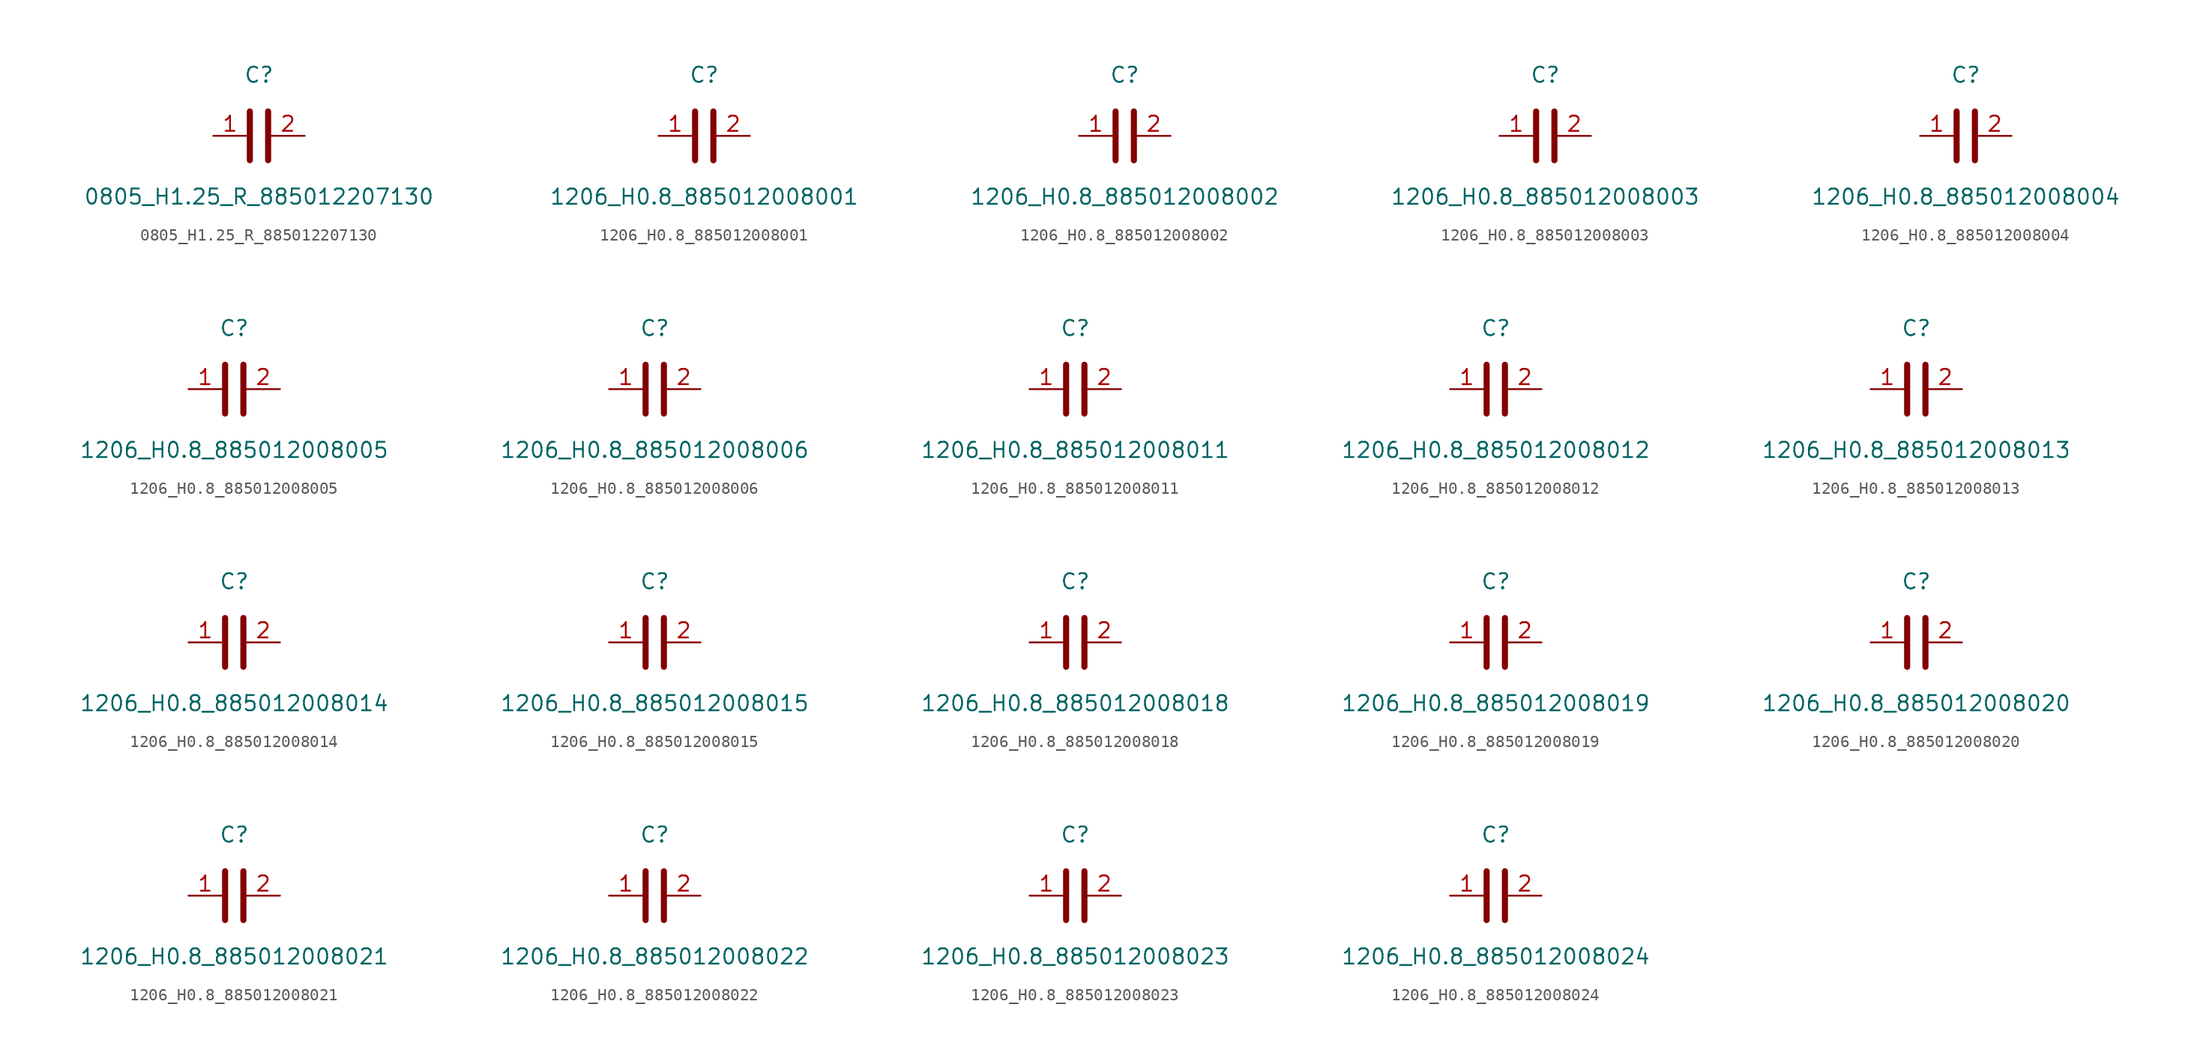
<source format=kicad_sym>
(kicad_symbol_lib
  (version 20220914)
  (generator kicad_symbol_editor)
  (symbol "0805_H1.25_R_885012207130"
    (pin_names hide)
    (property "Reference" "C"
      (at 0 5.08 0)
      (effects (font (size 1.27 1.27))))
    (property "Value" "0805_H1.25_R_885012207130"
      (at 0 -5.08 0)
      (effects (font (size 1.27 1.27))))
    (symbol "0805_H1.25_R_885012207130_0_1"
      (polyline (pts (xy -0.762 -2.032) (xy -0.762 2.032)) (stroke (width 0.508) (type default)) (fill (type none)))
      (polyline (pts (xy 0.762 -2.032) (xy 0.762 2.032)) (stroke (width 0.508) (type default)) (fill (type none))))
    (symbol "0805_H1.25_R_885012207130_1_1"
      (pin passive line (at -3.81 0 0) (length 2.794) (name "1" (effects (font (size 1.27 1.27)))) (number "1" (effects (font (size 1.27 1.27)))))
      (pin passive line (at 3.81 0 180) (length 2.794) (name "2" (effects (font (size 1.27 1.27)))) (number "2" (effects (font (size 1.27 1.27)))))))
  (symbol "1206_H0.8_885012008001"
    (pin_names hide)
    (property "Reference" "C"
      (at 0 5.08 0)
      (effects (font (size 1.27 1.27))))
    (property "Value" "1206_H0.8_885012008001"
      (at 0 -5.08 0)
      (effects (font (size 1.27 1.27))))
    (symbol "1206_H0.8_885012008001_0_1"
      (polyline (pts (xy -0.762 -2.032) (xy -0.762 2.032)) (stroke (width 0.508) (type default)) (fill (type none)))
      (polyline (pts (xy 0.762 -2.032) (xy 0.762 2.032)) (stroke (width 0.508) (type default)) (fill (type none))))
    (symbol "1206_H0.8_885012008001_1_1"
      (pin passive line (at -3.81 0 0) (length 2.794) (name "1" (effects (font (size 1.27 1.27)))) (number "1" (effects (font (size 1.27 1.27)))))
      (pin passive line (at 3.81 0 180) (length 2.794) (name "2" (effects (font (size 1.27 1.27)))) (number "2" (effects (font (size 1.27 1.27)))))))
  (symbol "1206_H0.8_885012008002"
    (pin_names hide)
    (property "Reference" "C"
      (at 0 5.08 0)
      (effects (font (size 1.27 1.27))))
    (property "Value" "1206_H0.8_885012008002"
      (at 0 -5.08 0)
      (effects (font (size 1.27 1.27))))
    (symbol "1206_H0.8_885012008002_0_1"
      (polyline (pts (xy -0.762 -2.032) (xy -0.762 2.032)) (stroke (width 0.508) (type default)) (fill (type none)))
      (polyline (pts (xy 0.762 -2.032) (xy 0.762 2.032)) (stroke (width 0.508) (type default)) (fill (type none))))
    (symbol "1206_H0.8_885012008002_1_1"
      (pin passive line (at -3.81 0 0) (length 2.794) (name "1" (effects (font (size 1.27 1.27)))) (number "1" (effects (font (size 1.27 1.27)))))
      (pin passive line (at 3.81 0 180) (length 2.794) (name "2" (effects (font (size 1.27 1.27)))) (number "2" (effects (font (size 1.27 1.27)))))))
  (symbol "1206_H0.8_885012008003"
    (pin_names hide)
    (property "Reference" "C"
      (at 0 5.08 0)
      (effects (font (size 1.27 1.27))))
    (property "Value" "1206_H0.8_885012008003"
      (at 0 -5.08 0)
      (effects (font (size 1.27 1.27))))
    (symbol "1206_H0.8_885012008003_0_1"
      (polyline (pts (xy -0.762 -2.032) (xy -0.762 2.032)) (stroke (width 0.508) (type default)) (fill (type none)))
      (polyline (pts (xy 0.762 -2.032) (xy 0.762 2.032)) (stroke (width 0.508) (type default)) (fill (type none))))
    (symbol "1206_H0.8_885012008003_1_1"
      (pin passive line (at -3.81 0 0) (length 2.794) (name "1" (effects (font (size 1.27 1.27)))) (number "1" (effects (font (size 1.27 1.27)))))
      (pin passive line (at 3.81 0 180) (length 2.794) (name "2" (effects (font (size 1.27 1.27)))) (number "2" (effects (font (size 1.27 1.27)))))))
  (symbol "1206_H0.8_885012008004"
    (pin_names hide)
    (property "Reference" "C"
      (at 0 5.08 0)
      (effects (font (size 1.27 1.27))))
    (property "Value" "1206_H0.8_885012008004"
      (at 0 -5.08 0)
      (effects (font (size 1.27 1.27))))
    (symbol "1206_H0.8_885012008004_0_1"
      (polyline (pts (xy -0.762 -2.032) (xy -0.762 2.032)) (stroke (width 0.508) (type default)) (fill (type none)))
      (polyline (pts (xy 0.762 -2.032) (xy 0.762 2.032)) (stroke (width 0.508) (type default)) (fill (type none))))
    (symbol "1206_H0.8_885012008004_1_1"
      (pin passive line (at -3.81 0 0) (length 2.794) (name "1" (effects (font (size 1.27 1.27)))) (number "1" (effects (font (size 1.27 1.27)))))
      (pin passive line (at 3.81 0 180) (length 2.794) (name "2" (effects (font (size 1.27 1.27)))) (number "2" (effects (font (size 1.27 1.27)))))))
  (symbol "1206_H0.8_885012008005"
    (pin_names hide)
    (property "Reference" "C"
      (at 0 5.08 0)
      (effects (font (size 1.27 1.27))))
    (property "Value" "1206_H0.8_885012008005"
      (at 0 -5.08 0)
      (effects (font (size 1.27 1.27))))
    (symbol "1206_H0.8_885012008005_0_1"
      (polyline (pts (xy -0.762 -2.032) (xy -0.762 2.032)) (stroke (width 0.508) (type default)) (fill (type none)))
      (polyline (pts (xy 0.762 -2.032) (xy 0.762 2.032)) (stroke (width 0.508) (type default)) (fill (type none))))
    (symbol "1206_H0.8_885012008005_1_1"
      (pin passive line (at -3.81 0 0) (length 2.794) (name "1" (effects (font (size 1.27 1.27)))) (number "1" (effects (font (size 1.27 1.27)))))
      (pin passive line (at 3.81 0 180) (length 2.794) (name "2" (effects (font (size 1.27 1.27)))) (number "2" (effects (font (size 1.27 1.27)))))))
  (symbol "1206_H0.8_885012008006"
    (pin_names hide)
    (property "Reference" "C"
      (at 0 5.08 0)
      (effects (font (size 1.27 1.27))))
    (property "Value" "1206_H0.8_885012008006"
      (at 0 -5.08 0)
      (effects (font (size 1.27 1.27))))
    (symbol "1206_H0.8_885012008006_0_1"
      (polyline (pts (xy -0.762 -2.032) (xy -0.762 2.032)) (stroke (width 0.508) (type default)) (fill (type none)))
      (polyline (pts (xy 0.762 -2.032) (xy 0.762 2.032)) (stroke (width 0.508) (type default)) (fill (type none))))
    (symbol "1206_H0.8_885012008006_1_1"
      (pin passive line (at -3.81 0 0) (length 2.794) (name "1" (effects (font (size 1.27 1.27)))) (number "1" (effects (font (size 1.27 1.27)))))
      (pin passive line (at 3.81 0 180) (length 2.794) (name "2" (effects (font (size 1.27 1.27)))) (number "2" (effects (font (size 1.27 1.27)))))))
  (symbol "1206_H0.8_885012008011"
    (pin_names hide)
    (property "Reference" "C"
      (at 0 5.08 0)
      (effects (font (size 1.27 1.27))))
    (property "Value" "1206_H0.8_885012008011"
      (at 0 -5.08 0)
      (effects (font (size 1.27 1.27))))
    (symbol "1206_H0.8_885012008011_0_1"
      (polyline (pts (xy -0.762 -2.032) (xy -0.762 2.032)) (stroke (width 0.508) (type default)) (fill (type none)))
      (polyline (pts (xy 0.762 -2.032) (xy 0.762 2.032)) (stroke (width 0.508) (type default)) (fill (type none))))
    (symbol "1206_H0.8_885012008011_1_1"
      (pin passive line (at -3.81 0 0) (length 2.794) (name "1" (effects (font (size 1.27 1.27)))) (number "1" (effects (font (size 1.27 1.27)))))
      (pin passive line (at 3.81 0 180) (length 2.794) (name "2" (effects (font (size 1.27 1.27)))) (number "2" (effects (font (size 1.27 1.27)))))))
  (symbol "1206_H0.8_885012008012"
    (pin_names hide)
    (property "Reference" "C"
      (at 0 5.08 0)
      (effects (font (size 1.27 1.27))))
    (property "Value" "1206_H0.8_885012008012"
      (at 0 -5.08 0)
      (effects (font (size 1.27 1.27))))
    (symbol "1206_H0.8_885012008012_0_1"
      (polyline (pts (xy -0.762 -2.032) (xy -0.762 2.032)) (stroke (width 0.508) (type default)) (fill (type none)))
      (polyline (pts (xy 0.762 -2.032) (xy 0.762 2.032)) (stroke (width 0.508) (type default)) (fill (type none))))
    (symbol "1206_H0.8_885012008012_1_1"
      (pin passive line (at -3.81 0 0) (length 2.794) (name "1" (effects (font (size 1.27 1.27)))) (number "1" (effects (font (size 1.27 1.27)))))
      (pin passive line (at 3.81 0 180) (length 2.794) (name "2" (effects (font (size 1.27 1.27)))) (number "2" (effects (font (size 1.27 1.27)))))))
  (symbol "1206_H0.8_885012008013"
    (pin_names hide)
    (property "Reference" "C"
      (at 0 5.08 0)
      (effects (font (size 1.27 1.27))))
    (property "Value" "1206_H0.8_885012008013"
      (at 0 -5.08 0)
      (effects (font (size 1.27 1.27))))
    (symbol "1206_H0.8_885012008013_0_1"
      (polyline (pts (xy -0.762 -2.032) (xy -0.762 2.032)) (stroke (width 0.508) (type default)) (fill (type none)))
      (polyline (pts (xy 0.762 -2.032) (xy 0.762 2.032)) (stroke (width 0.508) (type default)) (fill (type none))))
    (symbol "1206_H0.8_885012008013_1_1"
      (pin passive line (at -3.81 0 0) (length 2.794) (name "1" (effects (font (size 1.27 1.27)))) (number "1" (effects (font (size 1.27 1.27)))))
      (pin passive line (at 3.81 0 180) (length 2.794) (name "2" (effects (font (size 1.27 1.27)))) (number "2" (effects (font (size 1.27 1.27)))))))
  (symbol "1206_H0.8_885012008014"
    (pin_names hide)
    (property "Reference" "C"
      (at 0 5.08 0)
      (effects (font (size 1.27 1.27))))
    (property "Value" "1206_H0.8_885012008014"
      (at 0 -5.08 0)
      (effects (font (size 1.27 1.27))))
    (symbol "1206_H0.8_885012008014_0_1"
      (polyline (pts (xy -0.762 -2.032) (xy -0.762 2.032)) (stroke (width 0.508) (type default)) (fill (type none)))
      (polyline (pts (xy 0.762 -2.032) (xy 0.762 2.032)) (stroke (width 0.508) (type default)) (fill (type none))))
    (symbol "1206_H0.8_885012008014_1_1"
      (pin passive line (at -3.81 0 0) (length 2.794) (name "1" (effects (font (size 1.27 1.27)))) (number "1" (effects (font (size 1.27 1.27)))))
      (pin passive line (at 3.81 0 180) (length 2.794) (name "2" (effects (font (size 1.27 1.27)))) (number "2" (effects (font (size 1.27 1.27)))))))
  (symbol "1206_H0.8_885012008015"
    (pin_names hide)
    (property "Reference" "C"
      (at 0 5.08 0)
      (effects (font (size 1.27 1.27))))
    (property "Value" "1206_H0.8_885012008015"
      (at 0 -5.08 0)
      (effects (font (size 1.27 1.27))))
    (symbol "1206_H0.8_885012008015_0_1"
      (polyline (pts (xy -0.762 -2.032) (xy -0.762 2.032)) (stroke (width 0.508) (type default)) (fill (type none)))
      (polyline (pts (xy 0.762 -2.032) (xy 0.762 2.032)) (stroke (width 0.508) (type default)) (fill (type none))))
    (symbol "1206_H0.8_885012008015_1_1"
      (pin passive line (at -3.81 0 0) (length 2.794) (name "1" (effects (font (size 1.27 1.27)))) (number "1" (effects (font (size 1.27 1.27)))))
      (pin passive line (at 3.81 0 180) (length 2.794) (name "2" (effects (font (size 1.27 1.27)))) (number "2" (effects (font (size 1.27 1.27)))))))
  (symbol "1206_H0.8_885012008018"
    (pin_names hide)
    (property "Reference" "C"
      (at 0 5.08 0)
      (effects (font (size 1.27 1.27))))
    (property "Value" "1206_H0.8_885012008018"
      (at 0 -5.08 0)
      (effects (font (size 1.27 1.27))))
    (symbol "1206_H0.8_885012008018_0_1"
      (polyline (pts (xy -0.762 -2.032) (xy -0.762 2.032)) (stroke (width 0.508) (type default)) (fill (type none)))
      (polyline (pts (xy 0.762 -2.032) (xy 0.762 2.032)) (stroke (width 0.508) (type default)) (fill (type none))))
    (symbol "1206_H0.8_885012008018_1_1"
      (pin passive line (at -3.81 0 0) (length 2.794) (name "1" (effects (font (size 1.27 1.27)))) (number "1" (effects (font (size 1.27 1.27)))))
      (pin passive line (at 3.81 0 180) (length 2.794) (name "2" (effects (font (size 1.27 1.27)))) (number "2" (effects (font (size 1.27 1.27)))))))
  (symbol "1206_H0.8_885012008019"
    (pin_names hide)
    (property "Reference" "C"
      (at 0 5.08 0)
      (effects (font (size 1.27 1.27))))
    (property "Value" "1206_H0.8_885012008019"
      (at 0 -5.08 0)
      (effects (font (size 1.27 1.27))))
    (symbol "1206_H0.8_885012008019_0_1"
      (polyline (pts (xy -0.762 -2.032) (xy -0.762 2.032)) (stroke (width 0.508) (type default)) (fill (type none)))
      (polyline (pts (xy 0.762 -2.032) (xy 0.762 2.032)) (stroke (width 0.508) (type default)) (fill (type none))))
    (symbol "1206_H0.8_885012008019_1_1"
      (pin passive line (at -3.81 0 0) (length 2.794) (name "1" (effects (font (size 1.27 1.27)))) (number "1" (effects (font (size 1.27 1.27)))))
      (pin passive line (at 3.81 0 180) (length 2.794) (name "2" (effects (font (size 1.27 1.27)))) (number "2" (effects (font (size 1.27 1.27)))))))
  (symbol "1206_H0.8_885012008020"
    (pin_names hide)
    (property "Reference" "C"
      (at 0 5.08 0)
      (effects (font (size 1.27 1.27))))
    (property "Value" "1206_H0.8_885012008020"
      (at 0 -5.08 0)
      (effects (font (size 1.27 1.27))))
    (symbol "1206_H0.8_885012008020_0_1"
      (polyline (pts (xy -0.762 -2.032) (xy -0.762 2.032)) (stroke (width 0.508) (type default)) (fill (type none)))
      (polyline (pts (xy 0.762 -2.032) (xy 0.762 2.032)) (stroke (width 0.508) (type default)) (fill (type none))))
    (symbol "1206_H0.8_885012008020_1_1"
      (pin passive line (at -3.81 0 0) (length 2.794) (name "1" (effects (font (size 1.27 1.27)))) (number "1" (effects (font (size 1.27 1.27)))))
      (pin passive line (at 3.81 0 180) (length 2.794) (name "2" (effects (font (size 1.27 1.27)))) (number "2" (effects (font (size 1.27 1.27)))))))
  (symbol "1206_H0.8_885012008021"
    (pin_names hide)
    (property "Reference" "C"
      (at 0 5.08 0)
      (effects (font (size 1.27 1.27))))
    (property "Value" "1206_H0.8_885012008021"
      (at 0 -5.08 0)
      (effects (font (size 1.27 1.27))))
    (symbol "1206_H0.8_885012008021_0_1"
      (polyline (pts (xy -0.762 -2.032) (xy -0.762 2.032)) (stroke (width 0.508) (type default)) (fill (type none)))
      (polyline (pts (xy 0.762 -2.032) (xy 0.762 2.032)) (stroke (width 0.508) (type default)) (fill (type none))))
    (symbol "1206_H0.8_885012008021_1_1"
      (pin passive line (at -3.81 0 0) (length 2.794) (name "1" (effects (font (size 1.27 1.27)))) (number "1" (effects (font (size 1.27 1.27)))))
      (pin passive line (at 3.81 0 180) (length 2.794) (name "2" (effects (font (size 1.27 1.27)))) (number "2" (effects (font (size 1.27 1.27)))))))
  (symbol "1206_H0.8_885012008022"
    (pin_names hide)
    (property "Reference" "C"
      (at 0 5.08 0)
      (effects (font (size 1.27 1.27))))
    (property "Value" "1206_H0.8_885012008022"
      (at 0 -5.08 0)
      (effects (font (size 1.27 1.27))))
    (symbol "1206_H0.8_885012008022_0_1"
      (polyline (pts (xy -0.762 -2.032) (xy -0.762 2.032)) (stroke (width 0.508) (type default)) (fill (type none)))
      (polyline (pts (xy 0.762 -2.032) (xy 0.762 2.032)) (stroke (width 0.508) (type default)) (fill (type none))))
    (symbol "1206_H0.8_885012008022_1_1"
      (pin passive line (at -3.81 0 0) (length 2.794) (name "1" (effects (font (size 1.27 1.27)))) (number "1" (effects (font (size 1.27 1.27)))))
      (pin passive line (at 3.81 0 180) (length 2.794) (name "2" (effects (font (size 1.27 1.27)))) (number "2" (effects (font (size 1.27 1.27)))))))
  (symbol "1206_H0.8_885012008023"
    (pin_names hide)
    (property "Reference" "C"
      (at 0 5.08 0)
      (effects (font (size 1.27 1.27))))
    (property "Value" "1206_H0.8_885012008023"
      (at 0 -5.08 0)
      (effects (font (size 1.27 1.27))))
    (symbol "1206_H0.8_885012008023_0_1"
      (polyline (pts (xy -0.762 -2.032) (xy -0.762 2.032)) (stroke (width 0.508) (type default)) (fill (type none)))
      (polyline (pts (xy 0.762 -2.032) (xy 0.762 2.032)) (stroke (width 0.508) (type default)) (fill (type none))))
    (symbol "1206_H0.8_885012008023_1_1"
      (pin passive line (at -3.81 0 0) (length 2.794) (name "1" (effects (font (size 1.27 1.27)))) (number "1" (effects (font (size 1.27 1.27)))))
      (pin passive line (at 3.81 0 180) (length 2.794) (name "2" (effects (font (size 1.27 1.27)))) (number "2" (effects (font (size 1.27 1.27)))))))
  (symbol "1206_H0.8_885012008024"
    (pin_names hide)
    (property "Reference" "C"
      (at 0 5.08 0)
      (effects (font (size 1.27 1.27))))
    (property "Value" "1206_H0.8_885012008024"
      (at 0 -5.08 0)
      (effects (font (size 1.27 1.27))))
    (symbol "1206_H0.8_885012008024_0_1"
      (polyline (pts (xy -0.762 -2.032) (xy -0.762 2.032)) (stroke (width 0.508) (type default)) (fill (type none)))
      (polyline (pts (xy 0.762 -2.032) (xy 0.762 2.032)) (stroke (width 0.508) (type default)) (fill (type none))))
    (symbol "1206_H0.8_885012008024_1_1"
      (pin passive line (at -3.81 0 0) (length 2.794) (name "1" (effects (font (size 1.27 1.27)))) (number "1" (effects (font (size 1.27 1.27)))))
      (pin passive line (at 3.81 0 180) (length 2.794) (name "2" (effects (font (size 1.27 1.27)))) (number "2" (effects (font (size 1.27 1.27))))))))
</source>
